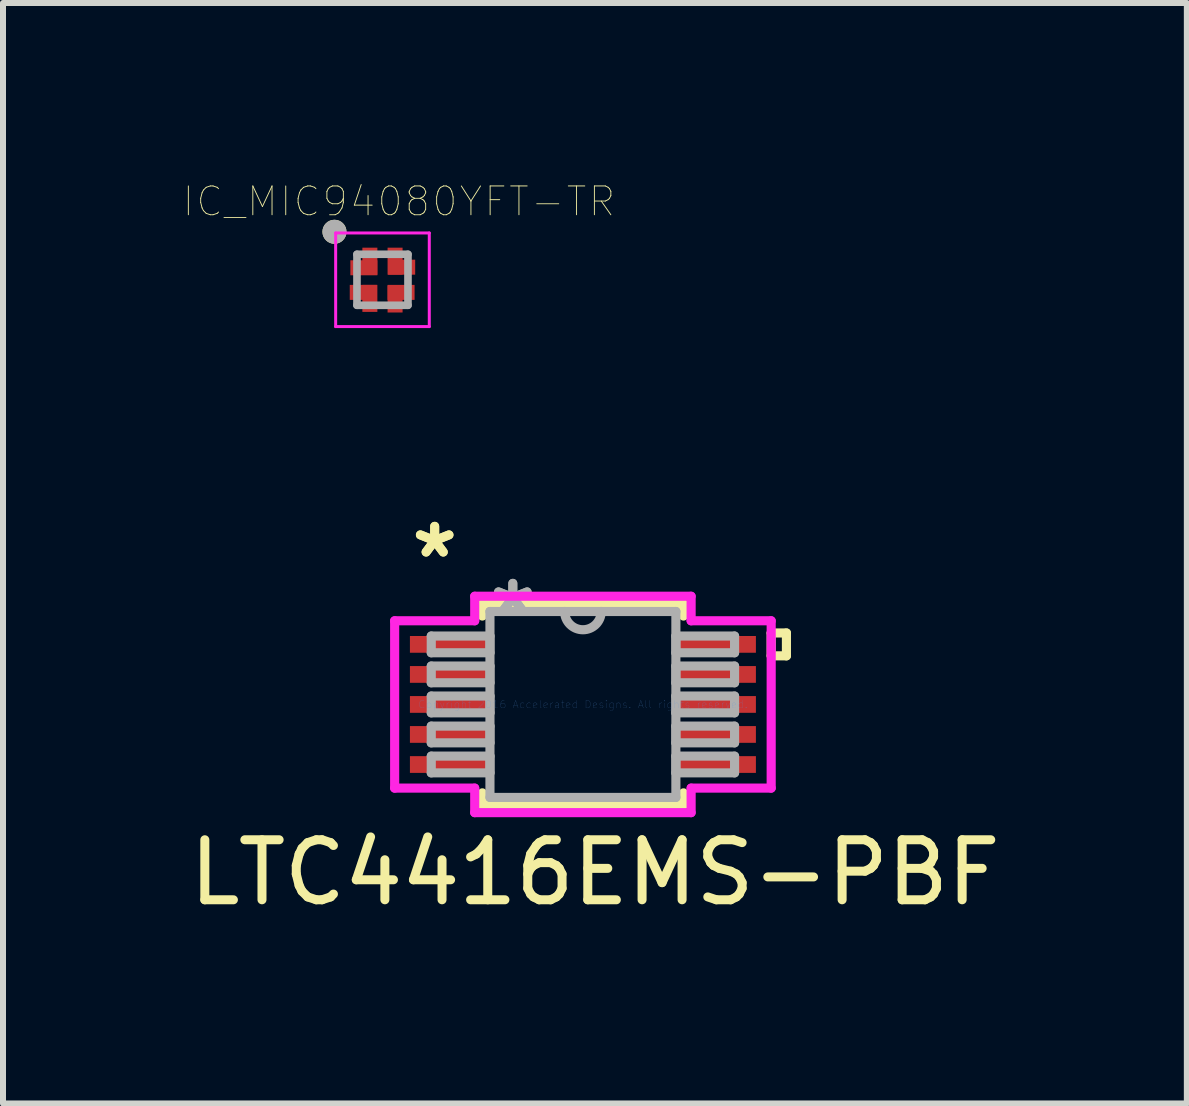
<source format=kicad_pcb>
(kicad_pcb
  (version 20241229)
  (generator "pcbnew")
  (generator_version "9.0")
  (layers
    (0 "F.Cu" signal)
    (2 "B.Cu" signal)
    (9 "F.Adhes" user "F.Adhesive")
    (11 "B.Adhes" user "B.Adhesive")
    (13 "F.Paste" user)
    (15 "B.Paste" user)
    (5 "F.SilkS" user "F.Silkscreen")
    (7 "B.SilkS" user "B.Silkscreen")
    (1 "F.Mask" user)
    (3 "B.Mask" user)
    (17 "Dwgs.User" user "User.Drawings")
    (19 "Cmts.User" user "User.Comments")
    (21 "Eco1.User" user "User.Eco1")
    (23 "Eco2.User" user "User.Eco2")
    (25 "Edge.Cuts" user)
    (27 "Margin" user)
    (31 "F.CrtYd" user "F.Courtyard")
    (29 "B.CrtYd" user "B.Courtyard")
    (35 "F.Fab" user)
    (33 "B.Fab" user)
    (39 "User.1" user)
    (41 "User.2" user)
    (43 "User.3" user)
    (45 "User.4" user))
  (footprint "LTC4416EMS-PBF"
    (layer "F.Cu")
    (at 6.663 8.688)
    (property "Reference" "LTC4416EMS-PBF" (at 0.2 2.8 0) (layer "F.SilkS") (effects (font (size 1 1) (thickness 0.15))))
    (attr through_hole)
    (fp_line (start -1.676 -1.676) (end -1.676 -1.473) (stroke (width 0.152) (type solid)) (layer "F.SilkS"))
    (fp_line (start -1.676 1.473) (end -1.676 1.676) (stroke (width 0.152) (type solid)) (layer "F.SilkS"))
    (fp_line (start -1.676 1.676) (end 1.676 1.676) (stroke (width 0.152) (type solid)) (layer "F.SilkS"))
    (fp_line (start 1.676 -1.676) (end -1.676 -1.676) (stroke (width 0.152) (type solid)) (layer "F.SilkS"))
    (fp_line (start 1.676 -1.473) (end 1.676 -1.676) (stroke (width 0.152) (type solid)) (layer "F.SilkS"))
    (fp_line (start 1.676 1.676) (end 1.676 1.473) (stroke (width 0.152) (type solid)) (layer "F.SilkS"))
    (fp_line (start 3.137 -1.191) (end 3.391 -1.191) (stroke (width 0.152) (type solid)) (layer "F.SilkS"))
    (fp_line (start 3.137 -0.81) (end 3.137 -1.191) (stroke (width 0.152) (type solid)) (layer "F.SilkS"))
    (fp_line (start 3.391 -1.191) (end 3.391 -0.81) (stroke (width 0.152) (type solid)) (layer "F.SilkS"))
    (fp_line (start 3.391 -0.81) (end 3.137 -0.81) (stroke (width 0.152) (type solid)) (layer "F.SilkS"))
    (fp_line (start -3.137 -1.394) (end -1.803 -1.394) (stroke (width 0.152) (type solid)) (layer "F.CrtYd"))
    (fp_line (start -3.137 1.394) (end -3.137 -1.394) (stroke (width 0.152) (type solid)) (layer "F.CrtYd"))
    (fp_line (start -1.803 -1.803) (end 1.803 -1.803) (stroke (width 0.152) (type solid)) (layer "F.CrtYd"))
    (fp_line (start -1.803 -1.394) (end -1.803 -1.803) (stroke (width 0.152) (type solid)) (layer "F.CrtYd"))
    (fp_line (start -1.803 1.394) (end -3.137 1.394) (stroke (width 0.152) (type solid)) (layer "F.CrtYd"))
    (fp_line (start -1.803 1.803) (end -1.803 1.394) (stroke (width 0.152) (type solid)) (layer "F.CrtYd"))
    (fp_line (start 1.803 -1.803) (end 1.803 -1.394) (stroke (width 0.152) (type solid)) (layer "F.CrtYd"))
    (fp_line (start 1.803 -1.394) (end 3.137 -1.394) (stroke (width 0.152) (type solid)) (layer "F.CrtYd"))
    (fp_line (start 1.803 1.394) (end 1.803 1.803) (stroke (width 0.152) (type solid)) (layer "F.CrtYd"))
    (fp_line (start 1.803 1.803) (end -1.803 1.803) (stroke (width 0.152) (type solid)) (layer "F.CrtYd"))
    (fp_line (start 3.137 -1.394) (end 3.137 1.394) (stroke (width 0.152) (type solid)) (layer "F.CrtYd"))
    (fp_line (start 3.137 1.394) (end 1.803 1.394) (stroke (width 0.152) (type solid)) (layer "F.CrtYd"))
    (fp_line (start -2.527 -1.14) (end -2.527 -0.861) (stroke (width 0.152) (type solid)) (layer "F.Fab"))
    (fp_line (start -2.527 -0.861) (end -1.549 -0.861) (stroke (width 0.152) (type solid)) (layer "F.Fab"))
    (fp_line (start -2.527 -0.64) (end -2.527 -0.361) (stroke (width 0.152) (type solid)) (layer "F.Fab"))
    (fp_line (start -2.527 -0.361) (end -1.549 -0.361) (stroke (width 0.152) (type solid)) (layer "F.Fab"))
    (fp_line (start -2.527 -0.14) (end -2.527 0.14) (stroke (width 0.152) (type solid)) (layer "F.Fab"))
    (fp_line (start -2.527 0.14) (end -1.549 0.14) (stroke (width 0.152) (type solid)) (layer "F.Fab"))
    (fp_line (start -2.527 0.361) (end -2.527 0.64) (stroke (width 0.152) (type solid)) (layer "F.Fab"))
    (fp_line (start -2.527 0.64) (end -1.549 0.64) (stroke (width 0.152) (type solid)) (layer "F.Fab"))
    (fp_line (start -2.527 0.861) (end -2.527 1.14) (stroke (width 0.152) (type solid)) (layer "F.Fab"))
    (fp_line (start -2.527 1.14) (end -1.549 1.14) (stroke (width 0.152) (type solid)) (layer "F.Fab"))
    (fp_line (start -1.549 -1.549) (end -1.549 1.549) (stroke (width 0.152) (type solid)) (layer "F.Fab"))
    (fp_line (start -1.549 -1.14) (end -2.527 -1.14) (stroke (width 0.152) (type solid)) (layer "F.Fab"))
    (fp_line (start -1.549 -0.861) (end -1.549 -1.14) (stroke (width 0.152) (type solid)) (layer "F.Fab"))
    (fp_line (start -1.549 -0.64) (end -2.527 -0.64) (stroke (width 0.152) (type solid)) (layer "F.Fab"))
    (fp_line (start -1.549 -0.361) (end -1.549 -0.64) (stroke (width 0.152) (type solid)) (layer "F.Fab"))
    (fp_line (start -1.549 -0.14) (end -2.527 -0.14) (stroke (width 0.152) (type solid)) (layer "F.Fab"))
    (fp_line (start -1.549 0.14) (end -1.549 -0.14) (stroke (width 0.152) (type solid)) (layer "F.Fab"))
    (fp_line (start -1.549 0.361) (end -2.527 0.361) (stroke (width 0.152) (type solid)) (layer "F.Fab"))
    (fp_line (start -1.549 0.64) (end -1.549 0.361) (stroke (width 0.152) (type solid)) (layer "F.Fab"))
    (fp_line (start -1.549 0.861) (end -2.527 0.861) (stroke (width 0.152) (type solid)) (layer "F.Fab"))
    (fp_line (start -1.549 1.14) (end -1.549 0.861) (stroke (width 0.152) (type solid)) (layer "F.Fab"))
    (fp_line (start -1.549 1.549) (end 1.549 1.549) (stroke (width 0.152) (type solid)) (layer "F.Fab"))
    (fp_line (start 1.549 -1.549) (end -1.549 -1.549) (stroke (width 0.152) (type solid)) (layer "F.Fab"))
    (fp_line (start 1.549 -1.14) (end 1.549 -0.861) (stroke (width 0.152) (type solid)) (layer "F.Fab"))
    (fp_line (start 1.549 -0.861) (end 2.527 -0.861) (stroke (width 0.152) (type solid)) (layer "F.Fab"))
    (fp_line (start 1.549 -0.64) (end 1.549 -0.361) (stroke (width 0.152) (type solid)) (layer "F.Fab"))
    (fp_line (start 1.549 -0.361) (end 2.527 -0.361) (stroke (width 0.152) (type solid)) (layer "F.Fab"))
    (fp_line (start 1.549 -0.14) (end 1.549 0.14) (stroke (width 0.152) (type solid)) (layer "F.Fab"))
    (fp_line (start 1.549 0.14) (end 2.527 0.14) (stroke (width 0.152) (type solid)) (layer "F.Fab"))
    (fp_line (start 1.549 0.361) (end 1.549 0.64) (stroke (width 0.152) (type solid)) (layer "F.Fab"))
    (fp_line (start 1.549 0.64) (end 2.527 0.64) (stroke (width 0.152) (type solid)) (layer "F.Fab"))
    (fp_line (start 1.549 0.861) (end 1.549 1.14) (stroke (width 0.152) (type solid)) (layer "F.Fab"))
    (fp_line (start 1.549 1.14) (end 2.527 1.14) (stroke (width 0.152) (type solid)) (layer "F.Fab"))
    (fp_line (start 1.549 1.549) (end 1.549 -1.549) (stroke (width 0.152) (type solid)) (layer "F.Fab"))
    (fp_line (start 2.527 -1.14) (end 1.549 -1.14) (stroke (width 0.152) (type solid)) (layer "F.Fab"))
    (fp_line (start 2.527 -0.861) (end 2.527 -1.14) (stroke (width 0.152) (type solid)) (layer "F.Fab"))
    (fp_line (start 2.527 -0.64) (end 1.549 -0.64) (stroke (width 0.152) (type solid)) (layer "F.Fab"))
    (fp_line (start 2.527 -0.361) (end 2.527 -0.64) (stroke (width 0.152) (type solid)) (layer "F.Fab"))
    (fp_line (start 2.527 -0.14) (end 1.549 -0.14) (stroke (width 0.152) (type solid)) (layer "F.Fab"))
    (fp_line (start 2.527 0.14) (end 2.527 -0.14) (stroke (width 0.152) (type solid)) (layer "F.Fab"))
    (fp_line (start 2.527 0.361) (end 1.549 0.361) (stroke (width 0.152) (type solid)) (layer "F.Fab"))
    (fp_line (start 2.527 0.64) (end 2.527 0.361) (stroke (width 0.152) (type solid)) (layer "F.Fab"))
    (fp_line (start 2.527 0.861) (end 1.549 0.861) (stroke (width 0.152) (type solid)) (layer "F.Fab"))
    (fp_line (start 2.527 1.14) (end 2.527 0.861) (stroke (width 0.152) (type solid)) (layer "F.Fab"))
    (fp_arc (start 0.3048 -1.5494) (mid 0 -1.2446) (end -0.3048 -1.5494) (stroke (width 0.1524) (type solid)) (layer "F.Fab"))
    (fp_text user "*" (at -2.47 -2.423 0) (layer "F.SilkS") (effects (font (size 1 1) (thickness 0.15))))
    (fp_text user "*" (at -2.47 -2.423 0) (layer "F.SilkS") (effects (font (size 1 1) (thickness 0.15))))
    (fp_text user "Copyright 2016 Accelerated Designs. All rights reserved." (at 0 0 0) (layer "Cmts.User") (effects (font (size 0.127 0.127) (thickness 0.002))))
    (fp_text user "*" (at -1.168 -1.473 0) (layer "F.Fab") (effects (font (size 1 1) (thickness 0.15))))
    (fp_text user "*" (at -1.168 -1.473 0) (layer "F.Fab") (effects (font (size 1 1) (thickness 0.15))))
    (pad "1" smd rect (at -2.216 -1.001) (size 1.333 0.279) (layers "F.Cu" "F.Mask" "F.Paste"))
    (pad "2" smd rect (at -2.216 -0.5) (size 1.333 0.279) (layers "F.Cu" "F.Mask" "F.Paste"))
    (pad "3" smd rect (at -2.216 0) (size 1.333 0.279) (layers "F.Cu" "F.Mask" "F.Paste"))
    (pad "4" smd rect (at -2.216 0.5) (size 1.333 0.279) (layers "F.Cu" "F.Mask" "F.Paste"))
    (pad "5" smd rect (at -2.216 1.001) (size 1.333 0.279) (layers "F.Cu" "F.Mask" "F.Paste"))
    (pad "6" smd rect (at 2.216 1.001) (size 1.333 0.279) (layers "F.Cu" "F.Mask" "F.Paste"))
    (pad "7" smd rect (at 2.216 0.5) (size 1.333 0.279) (layers "F.Cu" "F.Mask" "F.Paste"))
    (pad "8" smd rect (at 2.216 0) (size 1.333 0.279) (layers "F.Cu" "F.Mask" "F.Paste"))
    (pad "9" smd rect (at 2.216 -0.5) (size 1.333 0.279) (layers "F.Cu" "F.Mask" "F.Paste"))
    (pad "10" smd rect (at 2.216 -1.001) (size 1.333 0.279) (layers "F.Cu" "F.Mask" "F.Paste")))
  (footprint "IC_MIC94080YFT-TR"
    (layer "F.Cu")
    (at 3.323 1.612)
    (property "Reference" "IC_MIC94080YFT-TR" (at 0.274 -1.305 0) (layer "F.SilkS") (effects (font (size 0.48 0.48) (thickness 0.015))))
    (attr through_hole)
    (fp_poly (pts (xy -0.04 -0.04) (xy -0.58 -0.04) (xy -0.58 -0.37) (xy -0.37 -0.37) (xy -0.37 -0.58) (xy -0.04 -0.58)) (stroke (width 0.01) (type solid)) (fill yes) (layer "F.Mask"))
    (fp_poly (pts (xy -0.04 0.04) (xy -0.58 0.04) (xy -0.58 0.37) (xy -0.37 0.37) (xy -0.37 0.58) (xy -0.04 0.58)) (stroke (width 0.01) (type solid)) (fill yes) (layer "F.Mask"))
    (fp_poly (pts (xy 0.04 -0.04) (xy 0.58 -0.04) (xy 0.58 -0.37) (xy 0.37 -0.37) (xy 0.37 -0.58) (xy 0.04 -0.58)) (stroke (width 0.01) (type solid)) (fill yes) (layer "F.Mask"))
    (fp_poly (pts (xy 0.04 0.04) (xy 0.58 0.04) (xy 0.58 0.37) (xy 0.37 0.37) (xy 0.37 0.58) (xy 0.04 0.58)) (stroke (width 0.01) (type solid)) (fill yes) (layer "F.Mask"))
    (fp_circle (center -0.8 -0.8) (end -0.7 -0.8) (stroke (width 0.2) (type solid)) (fill no) (layer "F.SilkS"))
    (fp_line (start -0.78 -0.78) (end 0.78 -0.78) (stroke (width 0.05) (type solid)) (layer "F.CrtYd"))
    (fp_line (start -0.78 0.78) (end -0.78 -0.78) (stroke (width 0.05) (type solid)) (layer "F.CrtYd"))
    (fp_line (start 0.78 -0.78) (end 0.78 0.78) (stroke (width 0.05) (type solid)) (layer "F.CrtYd"))
    (fp_line (start 0.78 0.78) (end -0.78 0.78) (stroke (width 0.05) (type solid)) (layer "F.CrtYd"))
    (fp_line (start -0.425 -0.425) (end 0.425 -0.425) (stroke (width 0.127) (type solid)) (layer "F.Fab"))
    (fp_line (start -0.425 0.425) (end -0.425 -0.425) (stroke (width 0.127) (type solid)) (layer "F.Fab"))
    (fp_line (start 0.425 -0.425) (end 0.425 0.425) (stroke (width 0.127) (type solid)) (layer "F.Fab"))
    (fp_line (start 0.425 0.425) (end -0.425 0.425) (stroke (width 0.127) (type solid)) (layer "F.Fab"))
    (fp_circle (center -0.8 -0.8) (end -0.7 -0.8) (stroke (width 0.2) (type solid)) (fill no) (layer "F.Fab"))
    (pad "1" smd rect (at -0.31 -0.2) (size 0.45 0.25) (layers "F.Cu" "F.Mask" "F.Paste"))
    (pad "1" smd rect (at -0.21 -0.31 90) (size 0.45 0.25) (layers "F.Cu" "F.Mask" "F.Paste"))
    (pad "2" smd rect (at -0.32 0.21 180) (size 0.45 0.25) (layers "F.Cu" "F.Mask" "F.Paste"))
    (pad "2" smd rect (at -0.21 0.31 90) (size 0.45 0.25) (layers "F.Cu" "F.Mask" "F.Paste"))
    (pad "3" smd rect (at 0.21 0.32 270) (size 0.45 0.25) (layers "F.Cu" "F.Mask" "F.Paste"))
    (pad "3" smd rect (at 0.31 0.21 180) (size 0.45 0.25) (layers "F.Cu" "F.Mask" "F.Paste"))
    (pad "4" smd rect (at 0.21 -0.31 270) (size 0.45 0.25) (layers "F.Cu" "F.Mask" "F.Paste"))
    (pad "4" smd rect (at 0.32 -0.21) (size 0.45 0.25) (layers "F.Cu" "F.Mask" "F.Paste")))
  (gr_rect
    (start -3 -3)
    (end 16.726 15.337)
    (stroke (width 0.1) (type default))
    (fill no)
    (layer "Edge.Cuts")))
</source>
